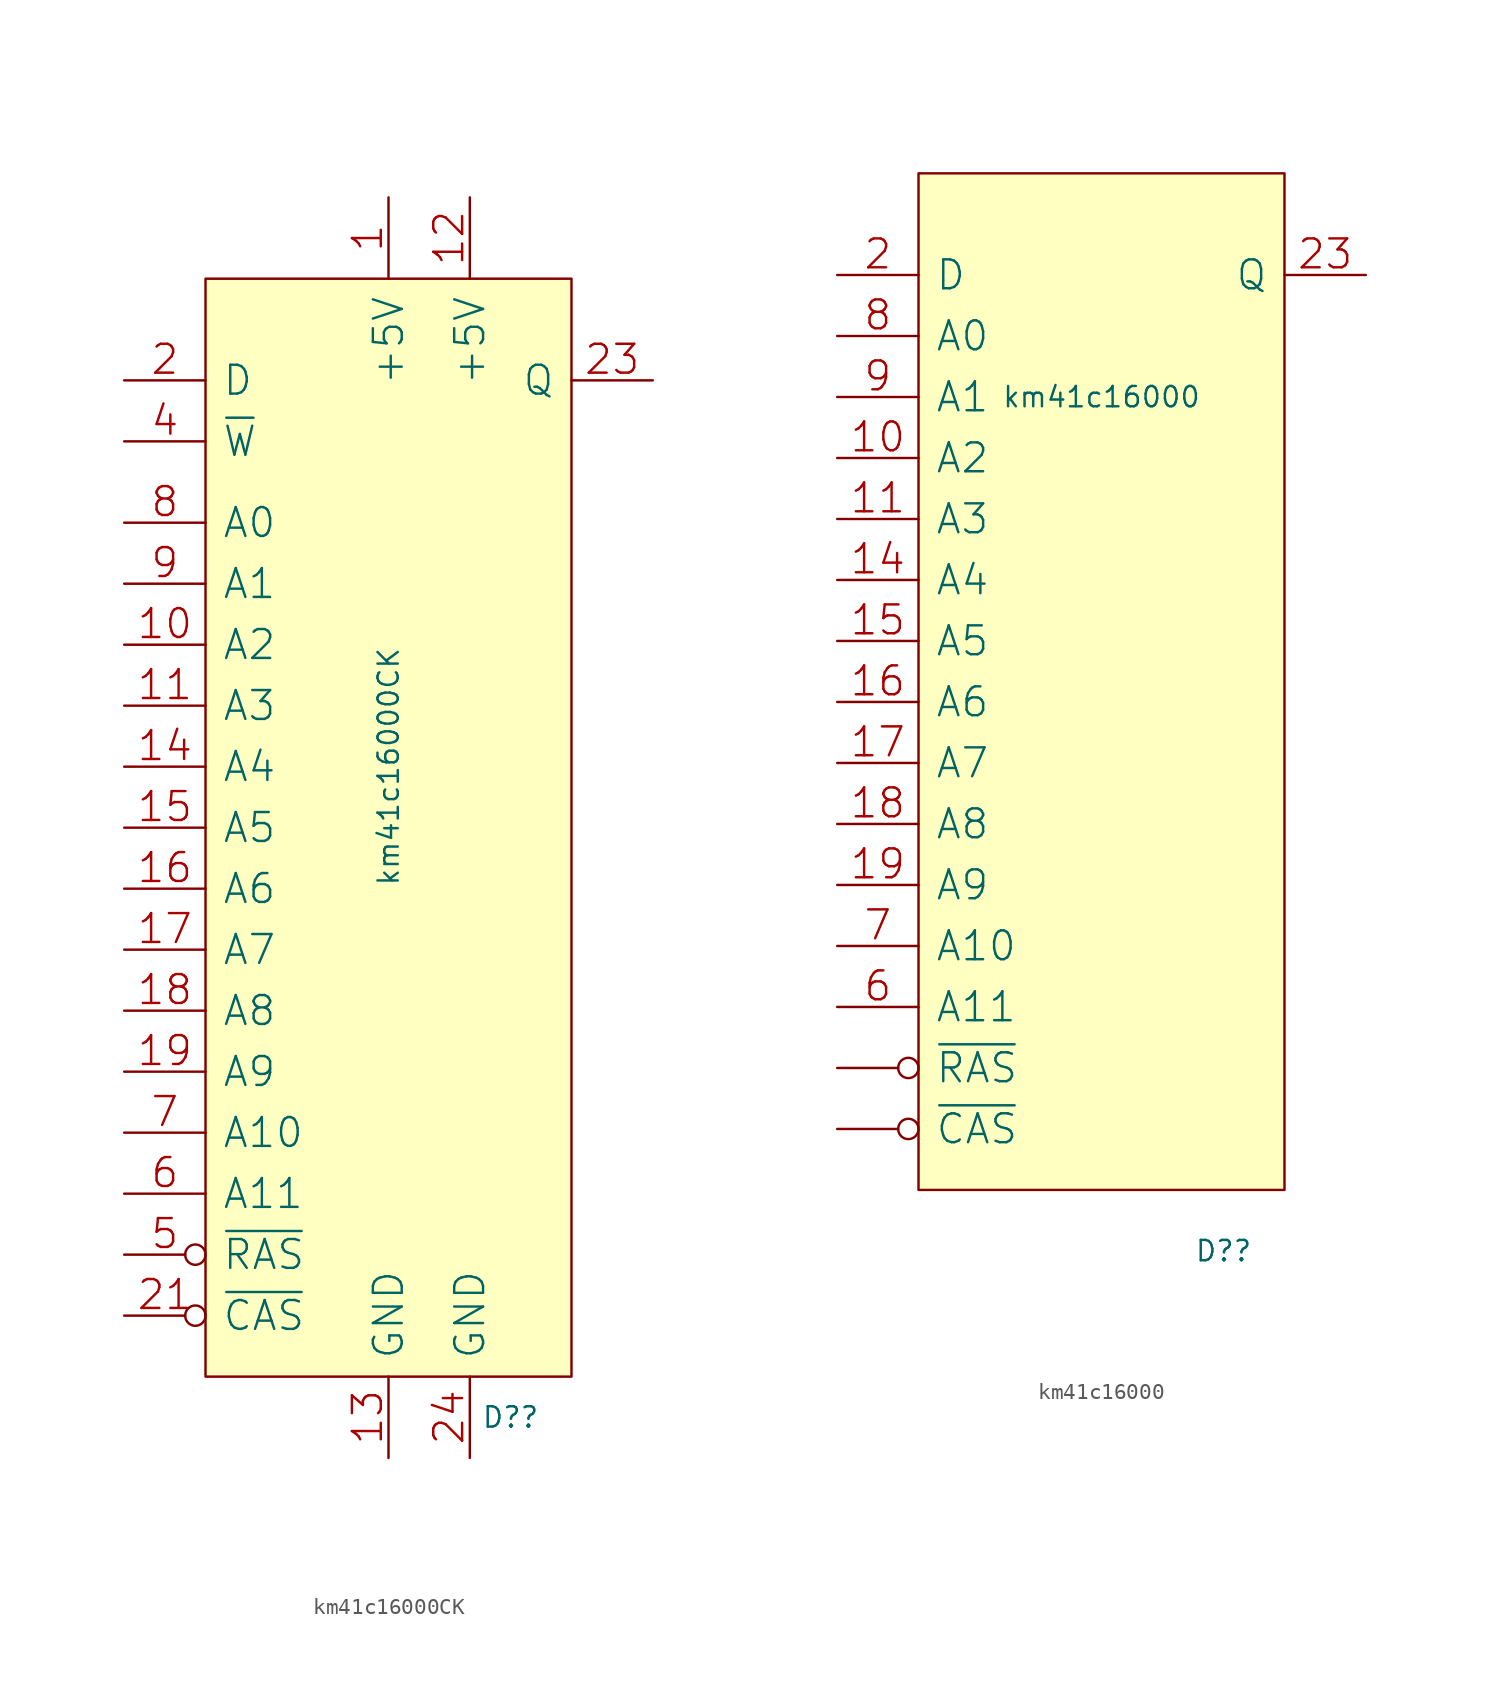
<source format=kicad_sym>
(kicad_symbol_lib
  (version 20211014)
  (generator kicad_symbol_editor)
  (symbol "km41c16000CK"
    (pin_names
      (offset 1.016))
    (property "Reference" "D?"
      (at 7.62 -40.64 0)
      (effects (font (size 1.27 1.27))))
    (property "Value" "km41c16000CK"
      (at 0 0 90)
      (effects (font (size 1.27 1.27))))
    (symbol "km41c16000CK_0_1"
      (rectangle (start -11.43 30.48) (end 11.43 -38.1) (stroke (width 0) (type default) (color 0 0 0 0)) (fill (type background))))
    (symbol "km41c16000CK_1_1"
      (pin power_in line (at 0 35.56 270) (length 5.08) (name "+5V" (effects (font (size 1.803 1.803)))) (number "1" (effects (font (size 1.803 1.803)))))
      (pin input line (at -16.51 7.62 0) (length 5.08) (name "A2" (effects (font (size 1.803 1.803)))) (number "10" (effects (font (size 1.803 1.803)))))
      (pin input line (at -16.51 3.81 0) (length 5.08) (name "A3" (effects (font (size 1.803 1.803)))) (number "11" (effects (font (size 1.803 1.803)))))
      (pin power_in line (at 5.08 35.56 270) (length 5.08) (name "+5V" (effects (font (size 1.803 1.803)))) (number "12" (effects (font (size 1.803 1.803)))))
      (pin passive line (at 0 -43.18 90) (length 5.08) (name "GND" (effects (font (size 1.803 1.803)))) (number "13" (effects (font (size 1.803 1.803)))))
      (pin input line (at -16.51 0 0) (length 5.08) (name "A4" (effects (font (size 1.803 1.803)))) (number "14" (effects (font (size 1.803 1.803)))))
      (pin input line (at -16.51 -3.81 0) (length 5.08) (name "A5" (effects (font (size 1.803 1.803)))) (number "15" (effects (font (size 1.803 1.803)))))
      (pin input line (at -16.51 -7.62 0) (length 5.08) (name "A6" (effects (font (size 1.803 1.803)))) (number "16" (effects (font (size 1.803 1.803)))))
      (pin input line (at -16.51 -11.43 0) (length 5.08) (name "A7" (effects (font (size 1.803 1.803)))) (number "17" (effects (font (size 1.803 1.803)))))
      (pin input line (at -16.51 -15.24 0) (length 5.08) (name "A8" (effects (font (size 1.803 1.803)))) (number "18" (effects (font (size 1.803 1.803)))))
      (pin input line (at -16.51 -19.05 0) (length 5.08) (name "A9" (effects (font (size 1.803 1.803)))) (number "19" (effects (font (size 1.803 1.803)))))
      (pin input line (at -16.51 24.13 0) (length 5.08) (name "D" (effects (font (size 1.803 1.803)))) (number "2" (effects (font (size 1.803 1.803)))))
      (pin input inverted (at -16.51 -34.29 0) (length 5.08) (name "~{CAS}" (effects (font (size 1.803 1.803)))) (number "21" (effects (font (size 1.803 1.803)))))
      (pin output line (at 16.51 24.13 180) (length 5.08) (name "Q" (effects (font (size 1.803 1.803)))) (number "23" (effects (font (size 1.803 1.803)))))
      (pin passive line (at 5.08 -43.18 90) (length 5.08) (name "GND" (effects (font (size 1.803 1.803)))) (number "24" (effects (font (size 1.803 1.803)))))
      (pin input line (at -16.51 20.32 0) (length 5.08) (name "~{W}" (effects (font (size 1.803 1.803)))) (number "4" (effects (font (size 1.803 1.803)))))
      (pin input inverted (at -16.51 -30.48 0) (length 5.08) (name "~{RAS}" (effects (font (size 1.803 1.803)))) (number "5" (effects (font (size 1.803 1.803)))))
      (pin input line (at -16.51 -26.67 0) (length 5.08) (name "A11" (effects (font (size 1.803 1.803)))) (number "6" (effects (font (size 1.803 1.803)))))
      (pin input line (at -16.51 -22.86 0) (length 5.08) (name "A10" (effects (font (size 1.803 1.803)))) (number "7" (effects (font (size 1.803 1.803)))))
      (pin input line (at -16.51 15.24 0) (length 5.08) (name "A0" (effects (font (size 1.803 1.803)))) (number "8" (effects (font (size 1.803 1.803)))))
      (pin input line (at -16.51 11.43 0) (length 5.08) (name "A1" (effects (font (size 1.803 1.803)))) (number "9" (effects (font (size 1.803 1.803)))))))
  (symbol "km41c16000"
    (pin_names
      (offset 1.016))
    (property "Reference" "D?"
      (at 7.62 -36.83 0)
      (effects (font (size 1.27 1.27))))
    (property "Value" "km41c16000"
      (at 0 16.51 0)
      (effects (font (size 1.27 1.27))))
    (symbol "km41c16000_0_1"
      (rectangle (start -11.43 30.48) (end 11.43 -33.02) (stroke (width 0) (type default) (color 0 0 0 0)) (fill (type background))))
    (symbol "km41c16000_1_1"
      (pin power_in line (at -16.51 27.94 0) (length 5.08) hide (name "VCC" (effects (font (size 1.803 1.803)))) (number "1" (effects (font (size 1.803 1.803)))))
      (pin input line (at -16.51 12.7 0) (length 5.08) (name "A2" (effects (font (size 1.803 1.803)))) (number "10" (effects (font (size 1.803 1.803)))))
      (pin input line (at -16.51 8.89 0) (length 5.08) (name "A3" (effects (font (size 1.803 1.803)))) (number "11" (effects (font (size 1.803 1.803)))))
      (pin power_out line (at 16.51 -29.21 180) (length 5.08) hide (name "GND" (effects (font (size 1.803 1.803)))) (number "13" (effects (font (size 1.803 1.803)))))
      (pin input line (at -16.51 5.08 0) (length 5.08) (name "A4" (effects (font (size 1.803 1.803)))) (number "14" (effects (font (size 1.803 1.803)))))
      (pin input line (at -16.51 1.27 0) (length 5.08) (name "A5" (effects (font (size 1.803 1.803)))) (number "15" (effects (font (size 1.803 1.803)))))
      (pin input line (at -16.51 -2.54 0) (length 5.08) (name "A6" (effects (font (size 1.803 1.803)))) (number "16" (effects (font (size 1.803 1.803)))))
      (pin input line (at -16.51 -6.35 0) (length 5.08) (name "A7" (effects (font (size 1.803 1.803)))) (number "17" (effects (font (size 1.803 1.803)))))
      (pin input line (at -16.51 -10.16 0) (length 5.08) (name "A8" (effects (font (size 1.803 1.803)))) (number "18" (effects (font (size 1.803 1.803)))))
      (pin input line (at -16.51 -13.97 0) (length 5.08) (name "A9" (effects (font (size 1.803 1.803)))) (number "19" (effects (font (size 1.803 1.803)))))
      (pin input line (at -16.51 24.13 0) (length 5.08) (name "D" (effects (font (size 1.803 1.803)))) (number "2" (effects (font (size 1.803 1.803)))))
      (pin output line (at 16.51 24.13 180) (length 5.08) (name "Q" (effects (font (size 1.803 1.803)))) (number "23" (effects (font (size 1.803 1.803)))))
      (pin no_connect line (at 16.51 -25.4 180) (length 5.08) hide (name "NC1" (effects (font (size 1.803 1.803)))) (number "3" (effects (font (size 1.803 1.803)))))
      (pin input line (at -16.51 -21.59 0) (length 5.08) (name "A11" (effects (font (size 1.803 1.803)))) (number "6" (effects (font (size 1.803 1.803)))))
      (pin input line (at -16.51 -17.78 0) (length 5.08) (name "A10" (effects (font (size 1.803 1.803)))) (number "7" (effects (font (size 1.803 1.803)))))
      (pin input line (at -16.51 20.32 0) (length 5.08) (name "A0" (effects (font (size 1.803 1.803)))) (number "8" (effects (font (size 1.803 1.803)))))
      (pin input line (at -16.51 16.51 0) (length 5.08) (name "A1" (effects (font (size 1.803 1.803)))) (number "9" (effects (font (size 1.803 1.803)))))
      (pin input inverted (at -16.51 -29.21 0) (length 5.08) (name "~{CAS}" (effects (font (size 1.803 1.803)))) (number "~" (effects (font (size 1.803 1.803)))))
      (pin input inverted (at -16.51 -25.4 0) (length 5.08) (name "~{RAS}" (effects (font (size 1.803 1.803)))) (number "~" (effects (font (size 1.803 1.803))))))))
</source>
